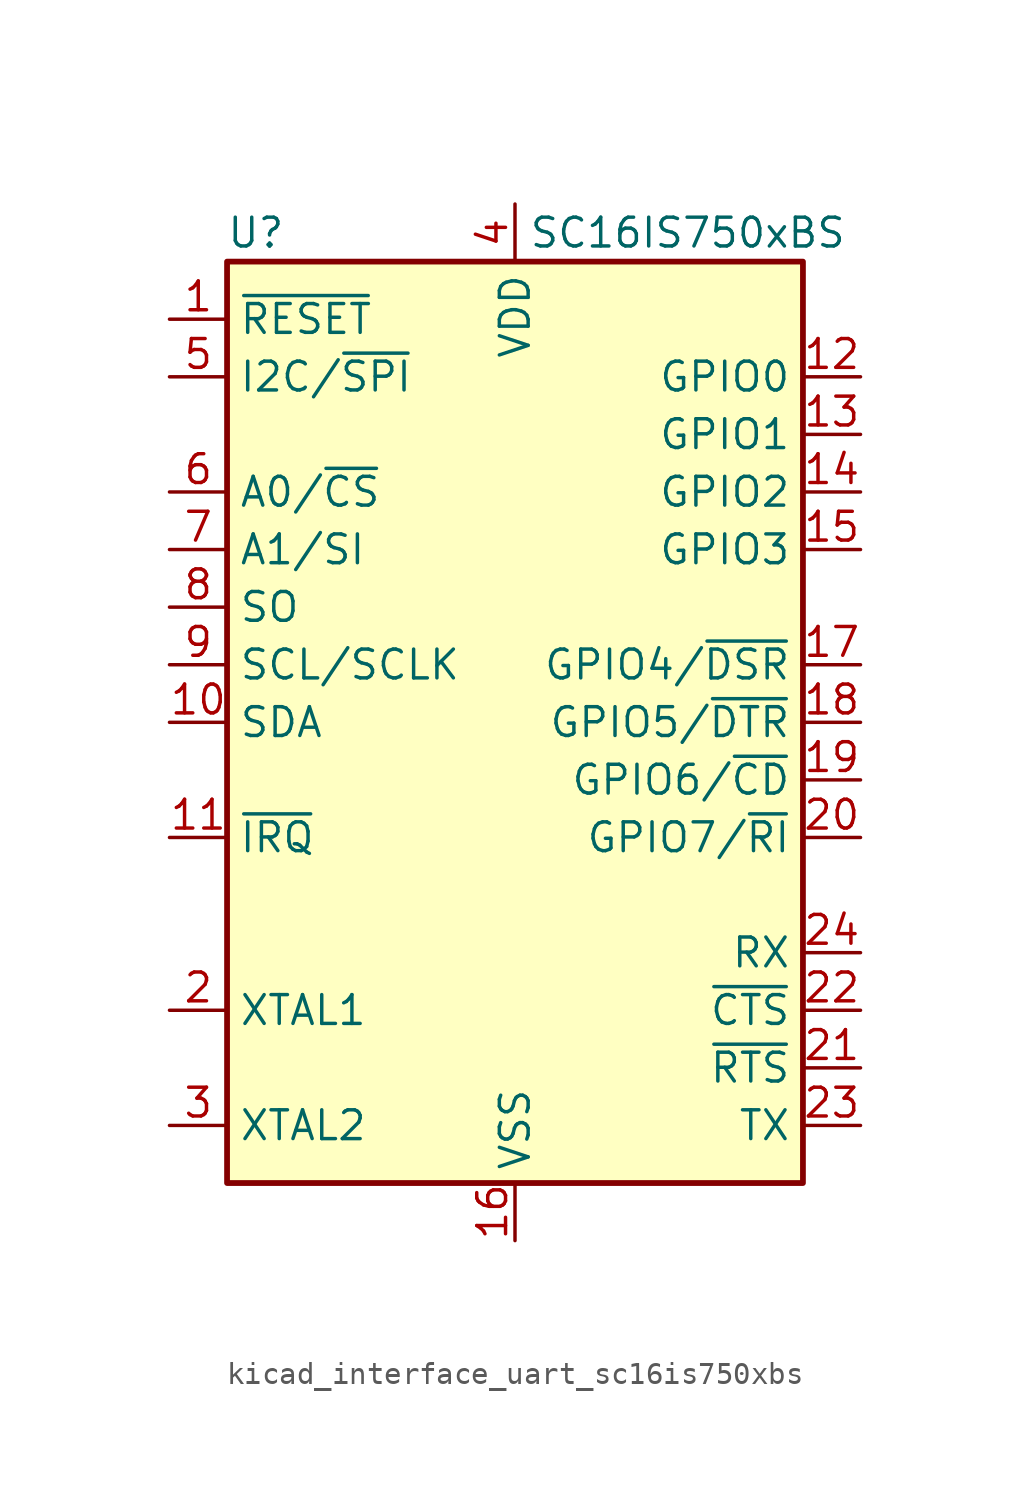
<source format=kicad_sym>
(kicad_symbol_lib
  (version 20220914)
  (generator kicad_symbol_editor)
  (symbol "kicad_interface_uart_sc16is750xbs"
    (property "Reference" "U"
      (at -11.43 21.59 0)
      (effects (font (size 1.27 1.27))))
    (property "Value" "SC16IS750xBS"
      (at 7.62 21.59 0)
      (effects (font (size 1.27 1.27))))
    (symbol "kicad_interface_uart_sc16is750xbs_0_1"
      (rectangle (start -12.7 20.32) (end 12.7 -20.32) (stroke (width 0.254) (type default)) (fill (type background))))
    (symbol "kicad_interface_uart_sc16is750xbs_1_1"
      (pin input line (at -15.24 17.78 0) (length 2.54) (name "~{RESET}" (effects (font (size 1.27 1.27)))) (number "1" (effects (font (size 1.27 1.27)))))
      (pin bidirectional line (at -15.24 0 0) (length 2.54) (name "SDA" (effects (font (size 1.27 1.27)))) (number "10" (effects (font (size 1.27 1.27)))))
      (pin open_collector line (at -15.24 -5.08 0) (length 2.54) (name "~{IRQ}" (effects (font (size 1.27 1.27)))) (number "11" (effects (font (size 1.27 1.27)))))
      (pin bidirectional line (at 15.24 15.24 180) (length 2.54) (name "GPIO0" (effects (font (size 1.27 1.27)))) (number "12" (effects (font (size 1.27 1.27)))))
      (pin bidirectional line (at 15.24 12.7 180) (length 2.54) (name "GPIO1" (effects (font (size 1.27 1.27)))) (number "13" (effects (font (size 1.27 1.27)))))
      (pin bidirectional line (at 15.24 10.16 180) (length 2.54) (name "GPIO2" (effects (font (size 1.27 1.27)))) (number "14" (effects (font (size 1.27 1.27)))))
      (pin bidirectional line (at 15.24 7.62 180) (length 2.54) (name "GPIO3" (effects (font (size 1.27 1.27)))) (number "15" (effects (font (size 1.27 1.27)))))
      (pin power_in line (at 0 -22.86 90) (length 2.54) (name "VSS" (effects (font (size 1.27 1.27)))) (number "16" (effects (font (size 1.27 1.27)))))
      (pin bidirectional line (at 15.24 2.54 180) (length 2.54) (name "GPIO4/~{DSR}" (effects (font (size 1.27 1.27)))) (number "17" (effects (font (size 1.27 1.27)))))
      (pin bidirectional line (at 15.24 0 180) (length 2.54) (name "GPIO5/~{DTR}" (effects (font (size 1.27 1.27)))) (number "18" (effects (font (size 1.27 1.27)))))
      (pin bidirectional line (at 15.24 -2.54 180) (length 2.54) (name "GPIO6/~{CD}" (effects (font (size 1.27 1.27)))) (number "19" (effects (font (size 1.27 1.27)))))
      (pin input line (at -15.24 -12.7 0) (length 2.54) (name "XTAL1" (effects (font (size 1.27 1.27)))) (number "2" (effects (font (size 1.27 1.27)))))
      (pin bidirectional line (at 15.24 -5.08 180) (length 2.54) (name "GPIO7/~{RI}" (effects (font (size 1.27 1.27)))) (number "20" (effects (font (size 1.27 1.27)))))
      (pin output line (at 15.24 -15.24 180) (length 2.54) (name "~{RTS}" (effects (font (size 1.27 1.27)))) (number "21" (effects (font (size 1.27 1.27)))))
      (pin input line (at 15.24 -12.7 180) (length 2.54) (name "~{CTS}" (effects (font (size 1.27 1.27)))) (number "22" (effects (font (size 1.27 1.27)))))
      (pin output line (at 15.24 -17.78 180) (length 2.54) (name "TX" (effects (font (size 1.27 1.27)))) (number "23" (effects (font (size 1.27 1.27)))))
      (pin input line (at 15.24 -10.16 180) (length 2.54) (name "RX" (effects (font (size 1.27 1.27)))) (number "24" (effects (font (size 1.27 1.27)))))
      (pin passive line (at 0 -22.86 90) (length 2.54) hide (name "VSS" (effects (font (size 1.27 1.27)))) (number "25" (effects (font (size 1.27 1.27)))))
      (pin output line (at -15.24 -17.78 0) (length 2.54) (name "XTAL2" (effects (font (size 1.27 1.27)))) (number "3" (effects (font (size 1.27 1.27)))))
      (pin power_in line (at 0 22.86 270) (length 2.54) (name "VDD" (effects (font (size 1.27 1.27)))) (number "4" (effects (font (size 1.27 1.27)))))
      (pin input line (at -15.24 15.24 0) (length 2.54) (name "I2C/~{SPI}" (effects (font (size 1.27 1.27)))) (number "5" (effects (font (size 1.27 1.27)))))
      (pin input line (at -15.24 10.16 0) (length 2.54) (name "A0/~{CS}" (effects (font (size 1.27 1.27)))) (number "6" (effects (font (size 1.27 1.27)))))
      (pin input line (at -15.24 7.62 0) (length 2.54) (name "A1/SI" (effects (font (size 1.27 1.27)))) (number "7" (effects (font (size 1.27 1.27)))))
      (pin output line (at -15.24 5.08 0) (length 2.54) (name "SO" (effects (font (size 1.27 1.27)))) (number "8" (effects (font (size 1.27 1.27)))))
      (pin input line (at -15.24 2.54 0) (length 2.54) (name "SCL/SCLK" (effects (font (size 1.27 1.27)))) (number "9" (effects (font (size 1.27 1.27))))))))
</source>
